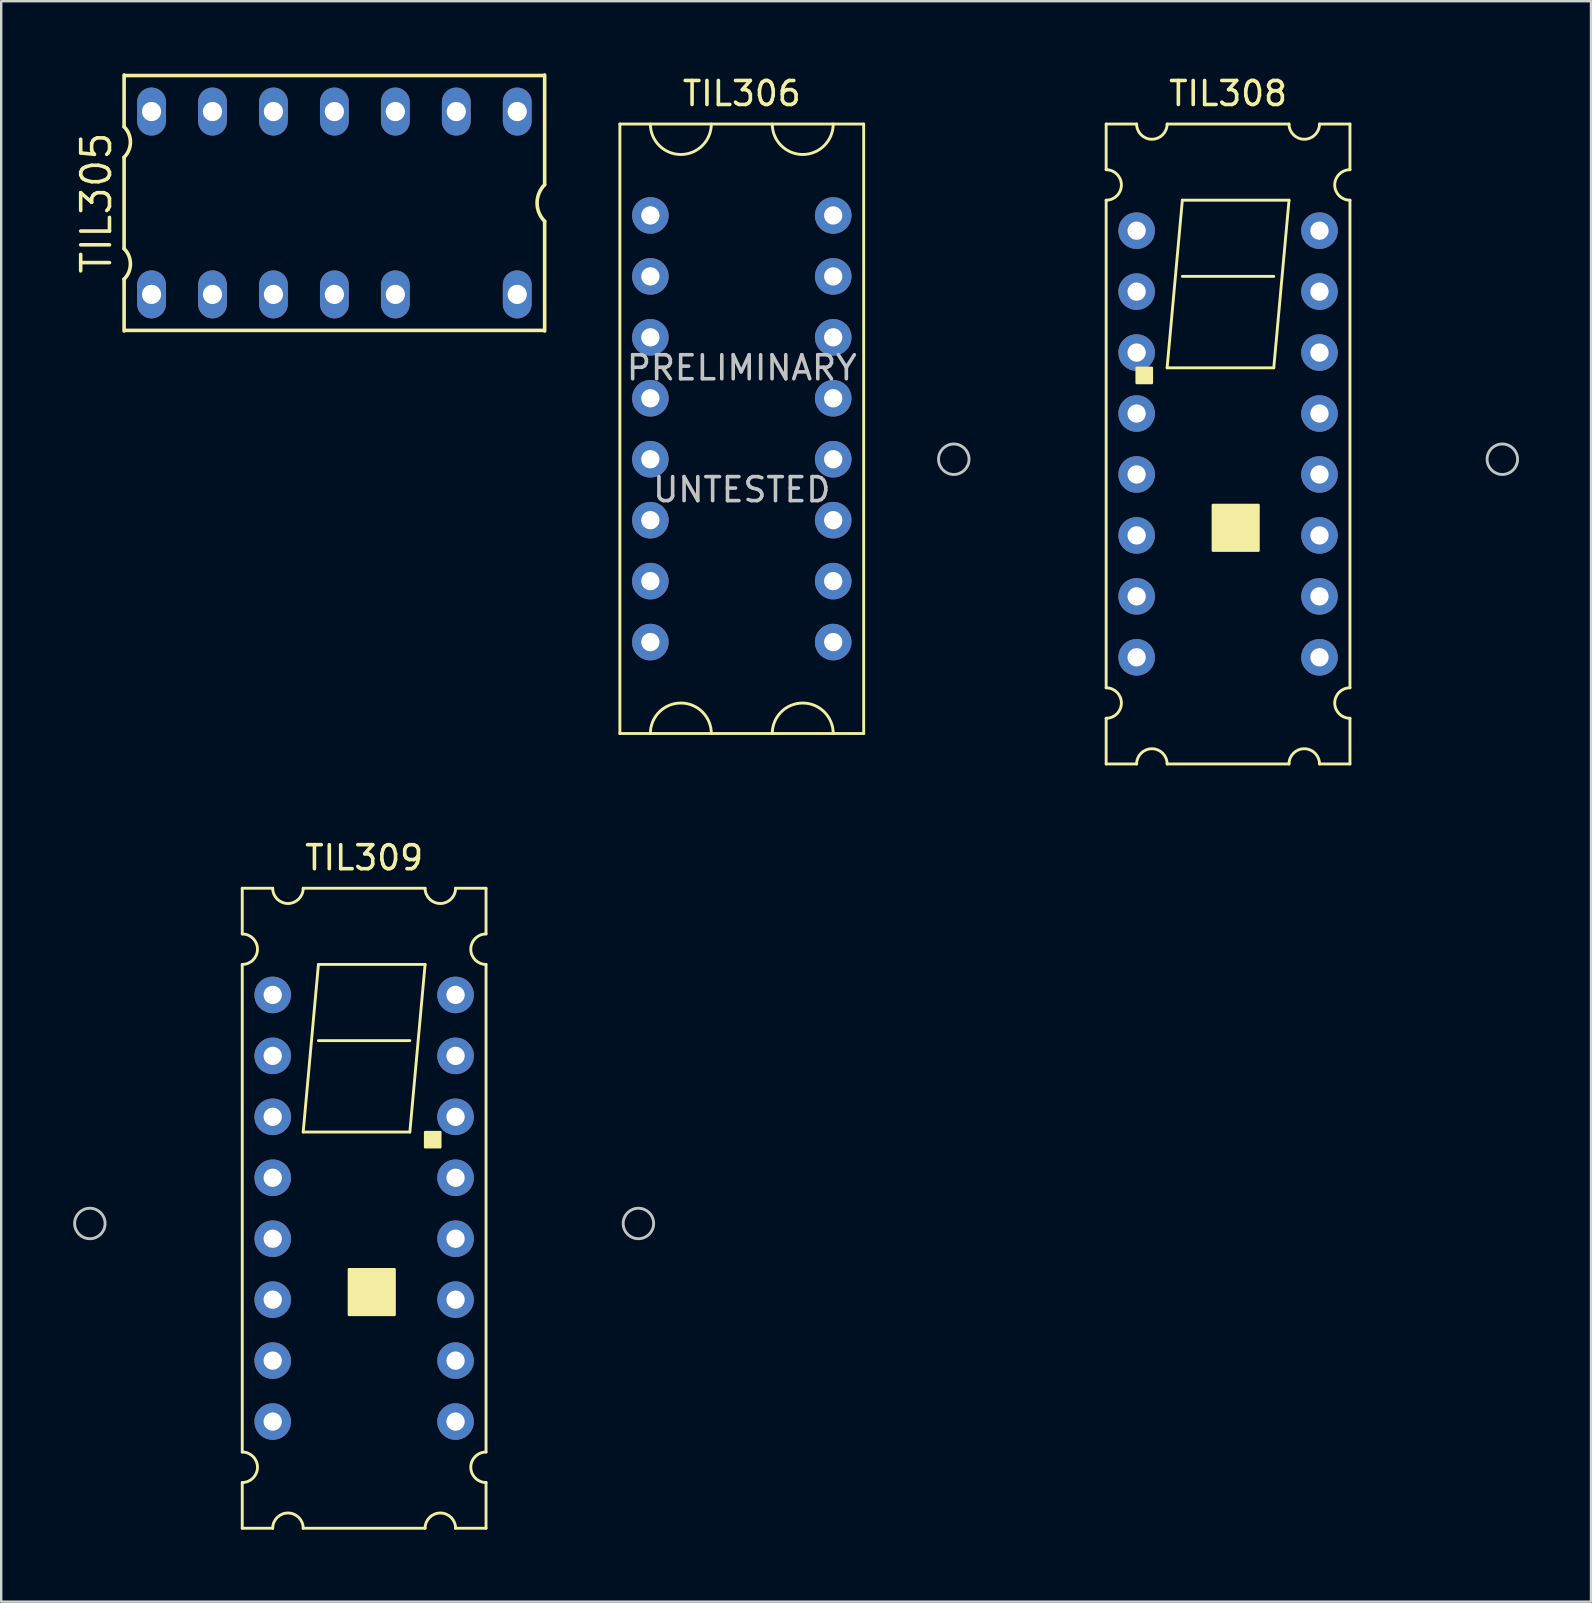
<source format=kicad_pcb>
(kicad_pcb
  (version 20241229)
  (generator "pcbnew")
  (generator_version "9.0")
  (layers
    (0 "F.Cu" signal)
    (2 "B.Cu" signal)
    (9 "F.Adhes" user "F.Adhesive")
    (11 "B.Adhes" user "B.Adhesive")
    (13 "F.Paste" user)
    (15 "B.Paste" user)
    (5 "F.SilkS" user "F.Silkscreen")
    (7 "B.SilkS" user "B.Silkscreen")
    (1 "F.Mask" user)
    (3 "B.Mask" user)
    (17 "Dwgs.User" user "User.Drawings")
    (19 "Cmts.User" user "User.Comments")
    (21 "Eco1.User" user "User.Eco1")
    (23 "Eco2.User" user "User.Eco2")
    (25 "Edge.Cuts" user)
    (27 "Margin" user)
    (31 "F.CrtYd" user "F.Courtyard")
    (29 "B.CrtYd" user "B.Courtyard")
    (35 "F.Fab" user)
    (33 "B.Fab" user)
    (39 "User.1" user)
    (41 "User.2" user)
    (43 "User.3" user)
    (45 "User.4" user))
  (footprint "TIL305"
    (layer "F.Cu")
    (at 10.885 5.409)
    (property "Reference" "TIL305" (at -9.92 0 90) (layer "F.SilkS") (effects (font (size 1.2 1.2) (thickness 0.15))))
    (attr through_hole)
    (fp_line (start -8.763 -5.334) (end -8.763 -3.175) (stroke (width 0.15) (type solid)) (layer "F.SilkS"))
    (fp_line (start -8.763 -1.905) (end -8.763 1.905) (stroke (width 0.15) (type solid)) (layer "F.SilkS"))
    (fp_line (start -8.763 3.175) (end -8.763 5.334) (stroke (width 0.15) (type solid)) (layer "F.SilkS"))
    (fp_line (start -8.72 5.31) (end 8.72 5.31) (stroke (width 0.15) (type solid)) (layer "F.SilkS"))
    (fp_line (start 8.72 -5.31) (end -8.72 -5.31) (stroke (width 0.15) (type solid)) (layer "F.SilkS"))
    (fp_line (start 8.763 -5.334) (end 8.763 -0.762) (stroke (width 0.15) (type solid)) (layer "F.SilkS"))
    (fp_line (start 8.763 0.762) (end 8.763 5.334) (stroke (width 0.15) (type solid)) (layer "F.SilkS"))
    (fp_arc (start -8.763 -3.175) (mid -8.499974 -2.54) (end -8.763 -1.905) (stroke (width 0.15) (type solid)) (layer "F.SilkS"))
    (fp_arc (start -8.763 1.905) (mid -8.499974 2.54) (end -8.763 3.175) (stroke (width 0.15) (type solid)) (layer "F.SilkS"))
    (fp_arc (start 8.763 0.762) (mid 8.447369 0) (end 8.763 -0.762) (stroke (width 0.15) (type solid)) (layer "F.SilkS"))
    (pad "1" thru_hole oval (at -7.62 3.81) (size 1.2 2) (drill 0.8) (layers "*.Cu" "*.Mask"))
    (pad "2" thru_hole oval (at -5.08 3.81) (size 1.2 2) (drill 0.8) (layers "*.Cu" "*.Mask"))
    (pad "3" thru_hole oval (at -2.54 3.81) (size 1.2 2) (drill 0.8) (layers "*.Cu" "*.Mask"))
    (pad "4" thru_hole oval (at 0 3.81) (size 1.2 2) (drill 0.8) (layers "*.Cu" "*.Mask"))
    (pad "5" thru_hole oval (at 2.54 3.81) (size 1.2 2) (drill 0.8) (layers "*.Cu" "*.Mask"))
    (pad "7" thru_hole oval (at 7.62 3.81) (size 1.2 2) (drill 0.8) (layers "*.Cu" "*.Mask"))
    (pad "8" thru_hole oval (at 7.62 -3.81) (size 1.2 2) (drill 0.8) (layers "*.Cu" "*.Mask"))
    (pad "9" thru_hole oval (at 5.08 -3.81) (size 1.2 2) (drill 0.8) (layers "*.Cu" "*.Mask"))
    (pad "10" thru_hole oval (at 2.54 -3.81) (size 1.2 2) (drill 0.8) (layers "*.Cu" "*.Mask"))
    (pad "11" thru_hole oval (at 0 -3.81) (size 1.2 2) (drill 0.8) (layers "*.Cu" "*.Mask"))
    (pad "12" thru_hole oval (at -2.54 -3.81) (size 1.2 2) (drill 0.8) (layers "*.Cu" "*.Mask"))
    (pad "13" thru_hole oval (at -5.08 -3.81) (size 1.2 2) (drill 0.8) (layers "*.Cu" "*.Mask"))
    (pad "14" thru_hole oval (at -7.62 -3.81) (size 1.2 2) (drill 0.8) (layers "*.Cu" "*.Mask")))
  (footprint "TIL308"
    (layer "F.Cu")
    (at 48.128 16.088)
    (property "Reference" "TIL308" (at 0 -15.24 0) (layer "F.SilkS") (effects (font (size 1 1) (thickness 0.15))))
    (attr through_hole)
    (fp_line (start -5.08 -13.97) (end -5.08 -12.065) (stroke (width 0.12) (type solid)) (layer "F.SilkS"))
    (fp_line (start -5.08 -10.795) (end -5.08 9.525) (stroke (width 0.12) (type solid)) (layer "F.SilkS"))
    (fp_line (start -5.08 10.795) (end -5.08 12.7) (stroke (width 0.12) (type solid)) (layer "F.SilkS"))
    (fp_line (start -5.08 12.7) (end -3.81 12.7) (stroke (width 0.12) (type solid)) (layer "F.SilkS"))
    (fp_line (start -3.81 -13.97) (end -5.08 -13.97) (stroke (width 0.12) (type solid)) (layer "F.SilkS"))
    (fp_line (start -2.54 -3.81) (end -1.905 -10.795) (stroke (width 0.12) (type solid)) (layer "F.SilkS"))
    (fp_line (start -2.54 12.7) (end 2.54 12.7) (stroke (width 0.12) (type solid)) (layer "F.SilkS"))
    (fp_line (start -1.905 -10.795) (end 2.54 -10.795) (stroke (width 0.12) (type solid)) (layer "F.SilkS"))
    (fp_line (start -1.905 -7.62) (end 1.905 -7.62) (stroke (width 0.12) (type solid)) (layer "F.SilkS"))
    (fp_line (start 1.905 -3.81) (end -2.54 -3.81) (stroke (width 0.12) (type solid)) (layer "F.SilkS"))
    (fp_line (start 2.54 -13.97) (end -2.54 -13.97) (stroke (width 0.12) (type solid)) (layer "F.SilkS"))
    (fp_line (start 2.54 -10.795) (end 1.905 -3.81) (stroke (width 0.12) (type solid)) (layer "F.SilkS"))
    (fp_line (start 3.81 12.7) (end 5.08 12.7) (stroke (width 0.12) (type solid)) (layer "F.SilkS"))
    (fp_line (start 5.08 -13.97) (end 3.81 -13.97) (stroke (width 0.12) (type solid)) (layer "F.SilkS"))
    (fp_line (start 5.08 -12.065) (end 5.08 -13.97) (stroke (width 0.12) (type solid)) (layer "F.SilkS"))
    (fp_line (start 5.08 9.525) (end 5.08 -10.795) (stroke (width 0.12) (type solid)) (layer "F.SilkS"))
    (fp_line (start 5.08 12.7) (end 5.08 10.795) (stroke (width 0.12) (type solid)) (layer "F.SilkS"))
    (fp_arc (start -5.08 -12.065) (mid -4.445 -11.43) (end -5.08 -10.795) (stroke (width 0.12) (type solid)) (layer "F.SilkS"))
    (fp_arc (start -5.08 9.525) (mid -4.445 10.16) (end -5.08 10.795) (stroke (width 0.12) (type solid)) (layer "F.SilkS"))
    (fp_arc (start -3.81 12.7) (mid -3.175 12.065) (end -2.54 12.7) (stroke (width 0.12) (type solid)) (layer "F.SilkS"))
    (fp_arc (start -2.54 -13.97) (mid -3.175 -13.335) (end -3.81 -13.97) (stroke (width 0.12) (type solid)) (layer "F.SilkS"))
    (fp_arc (start 2.54 12.7) (mid 3.175 12.065) (end 3.81 12.7) (stroke (width 0.12) (type solid)) (layer "F.SilkS"))
    (fp_arc (start 3.81 -13.97) (mid 3.175 -13.335) (end 2.54 -13.97) (stroke (width 0.12) (type solid)) (layer "F.SilkS"))
    (fp_arc (start 5.08 -10.795) (mid 4.445 -11.43) (end 5.08 -12.065) (stroke (width 0.12) (type solid)) (layer "F.SilkS"))
    (fp_arc (start 5.08 10.795) (mid 4.445 10.16) (end 5.08 9.525) (stroke (width 0.12) (type solid)) (layer "F.SilkS"))
    (fp_poly (pts (xy -3.175 -3.175) (xy -3.81 -3.175) (xy -3.81 -3.81) (xy -3.175 -3.81)) (stroke (width 0.1) (type solid)) (fill yes) (layer "F.SilkS"))
    (fp_poly (pts (xy 1.27 3.81) (xy -0.635 3.81) (xy -0.635 1.905) (xy 1.27 1.905)) (stroke (width 0.1) (type solid)) (fill yes) (layer "F.SilkS"))
    (fp_circle (center -11.43 0) (end -10.795 0) (stroke (width 0.12) (type solid)) (fill no) (layer "Dwgs.User"))
    (fp_circle (center 11.43 0) (end 12.065 0) (stroke (width 0.12) (type solid)) (fill no) (layer "Dwgs.User"))
    (pad "1" thru_hole circle (at -3.81 -9.525) (size 1.524 1.524) (drill 0.762) (layers "*.Cu" "*.Mask"))
    (pad "2" thru_hole circle (at -3.81 -6.985) (size 1.524 1.524) (drill 0.762) (layers "*.Cu" "*.Mask"))
    (pad "3" thru_hole circle (at -3.81 -4.445) (size 1.524 1.524) (drill 0.762) (layers "*.Cu" "*.Mask"))
    (pad "4" thru_hole circle (at -3.81 -1.905) (size 1.524 1.524) (drill 0.762) (layers "*.Cu" "*.Mask"))
    (pad "5" thru_hole circle (at -3.81 0.635) (size 1.524 1.524) (drill 0.762) (layers "*.Cu" "*.Mask"))
    (pad "6" thru_hole circle (at -3.81 3.175) (size 1.524 1.524) (drill 0.762) (layers "*.Cu" "*.Mask"))
    (pad "7" thru_hole circle (at -3.81 5.715) (size 1.524 1.524) (drill 0.762) (layers "*.Cu" "*.Mask"))
    (pad "8" thru_hole circle (at -3.81 8.255) (size 1.524 1.524) (drill 0.762) (layers "*.Cu" "*.Mask"))
    (pad "9" thru_hole circle (at 3.81 8.255) (size 1.524 1.524) (drill 0.762) (layers "*.Cu" "*.Mask"))
    (pad "10" thru_hole circle (at 3.81 5.715) (size 1.524 1.524) (drill 0.762) (layers "*.Cu" "*.Mask"))
    (pad "11" thru_hole circle (at 3.81 3.175) (size 1.524 1.524) (drill 0.762) (layers "*.Cu" "*.Mask"))
    (pad "12" thru_hole circle (at 3.81 0.635) (size 1.524 1.524) (drill 0.762) (layers "*.Cu" "*.Mask"))
    (pad "13" thru_hole circle (at 3.81 -1.905) (size 1.524 1.524) (drill 0.762) (layers "*.Cu" "*.Mask"))
    (pad "14" thru_hole circle (at 3.81 -4.445) (size 1.524 1.524) (drill 0.762) (layers "*.Cu" "*.Mask"))
    (pad "15" thru_hole circle (at 3.81 -6.985) (size 1.524 1.524) (drill 0.762) (layers "*.Cu" "*.Mask"))
    (pad "16" thru_hole circle (at 3.81 -9.525) (size 1.524 1.524) (drill 0.762) (layers "*.Cu" "*.Mask")))
  (footprint "TIL309"
    (layer "F.Cu")
    (at 12.125 47.937)
    (property "Reference" "TIL309" (at 0 -15.24 0) (layer "F.SilkS") (effects (font (size 1 1) (thickness 0.15))))
    (attr through_hole)
    (fp_line (start -5.08 -13.97) (end -5.08 -12.065) (stroke (width 0.12) (type solid)) (layer "F.SilkS"))
    (fp_line (start -5.08 -10.795) (end -5.08 9.525) (stroke (width 0.12) (type solid)) (layer "F.SilkS"))
    (fp_line (start -5.08 10.795) (end -5.08 12.7) (stroke (width 0.12) (type solid)) (layer "F.SilkS"))
    (fp_line (start -5.08 12.7) (end -3.81 12.7) (stroke (width 0.12) (type solid)) (layer "F.SilkS"))
    (fp_line (start -3.81 -13.97) (end -5.08 -13.97) (stroke (width 0.12) (type solid)) (layer "F.SilkS"))
    (fp_line (start -2.54 -3.81) (end -1.905 -10.795) (stroke (width 0.12) (type solid)) (layer "F.SilkS"))
    (fp_line (start -2.54 12.7) (end 2.54 12.7) (stroke (width 0.12) (type solid)) (layer "F.SilkS"))
    (fp_line (start -1.905 -10.795) (end 2.54 -10.795) (stroke (width 0.12) (type solid)) (layer "F.SilkS"))
    (fp_line (start -1.905 -7.62) (end 1.905 -7.62) (stroke (width 0.12) (type solid)) (layer "F.SilkS"))
    (fp_line (start 1.905 -3.81) (end -2.54 -3.81) (stroke (width 0.12) (type solid)) (layer "F.SilkS"))
    (fp_line (start 2.54 -13.97) (end -2.54 -13.97) (stroke (width 0.12) (type solid)) (layer "F.SilkS"))
    (fp_line (start 2.54 -10.795) (end 1.905 -3.81) (stroke (width 0.12) (type solid)) (layer "F.SilkS"))
    (fp_line (start 3.81 12.7) (end 5.08 12.7) (stroke (width 0.12) (type solid)) (layer "F.SilkS"))
    (fp_line (start 5.08 -13.97) (end 3.81 -13.97) (stroke (width 0.12) (type solid)) (layer "F.SilkS"))
    (fp_line (start 5.08 -12.065) (end 5.08 -13.97) (stroke (width 0.12) (type solid)) (layer "F.SilkS"))
    (fp_line (start 5.08 9.525) (end 5.08 -10.795) (stroke (width 0.12) (type solid)) (layer "F.SilkS"))
    (fp_line (start 5.08 12.7) (end 5.08 10.795) (stroke (width 0.12) (type solid)) (layer "F.SilkS"))
    (fp_arc (start -5.08 -12.065) (mid -4.445 -11.43) (end -5.08 -10.795) (stroke (width 0.12) (type solid)) (layer "F.SilkS"))
    (fp_arc (start -5.08 9.525) (mid -4.445 10.16) (end -5.08 10.795) (stroke (width 0.12) (type solid)) (layer "F.SilkS"))
    (fp_arc (start -3.81 12.7) (mid -3.175 12.065) (end -2.54 12.7) (stroke (width 0.12) (type solid)) (layer "F.SilkS"))
    (fp_arc (start -2.54 -13.97) (mid -3.175 -13.335) (end -3.81 -13.97) (stroke (width 0.12) (type solid)) (layer "F.SilkS"))
    (fp_arc (start 2.54 12.7) (mid 3.175 12.065) (end 3.81 12.7) (stroke (width 0.12) (type solid)) (layer "F.SilkS"))
    (fp_arc (start 3.81 -13.97) (mid 3.175 -13.335) (end 2.54 -13.97) (stroke (width 0.12) (type solid)) (layer "F.SilkS"))
    (fp_arc (start 5.08 -10.795) (mid 4.445 -11.43) (end 5.08 -12.065) (stroke (width 0.12) (type solid)) (layer "F.SilkS"))
    (fp_arc (start 5.08 10.795) (mid 4.445 10.16) (end 5.08 9.525) (stroke (width 0.12) (type solid)) (layer "F.SilkS"))
    (fp_poly (pts (xy 1.27 3.81) (xy -0.635 3.81) (xy -0.635 1.905) (xy 1.27 1.905)) (stroke (width 0.1) (type solid)) (fill yes) (layer "F.SilkS"))
    (fp_poly (pts (xy 3.175 -3.175) (xy 2.54 -3.175) (xy 2.54 -3.81) (xy 3.175 -3.81)) (stroke (width 0.1) (type solid)) (fill yes) (layer "F.SilkS"))
    (fp_circle (center -11.43 0) (end -10.795 0) (stroke (width 0.12) (type solid)) (fill no) (layer "Dwgs.User"))
    (fp_circle (center 11.43 0) (end 12.065 0) (stroke (width 0.12) (type solid)) (fill no) (layer "Dwgs.User"))
    (pad "1" thru_hole circle (at -3.81 -9.525) (size 1.524 1.524) (drill 0.762) (layers "*.Cu" "*.Mask"))
    (pad "2" thru_hole circle (at -3.81 -6.985) (size 1.524 1.524) (drill 0.762) (layers "*.Cu" "*.Mask"))
    (pad "3" thru_hole circle (at -3.81 -4.445) (size 1.524 1.524) (drill 0.762) (layers "*.Cu" "*.Mask"))
    (pad "4" thru_hole circle (at -3.81 -1.905) (size 1.524 1.524) (drill 0.762) (layers "*.Cu" "*.Mask"))
    (pad "5" thru_hole circle (at -3.81 0.635) (size 1.524 1.524) (drill 0.762) (layers "*.Cu" "*.Mask"))
    (pad "6" thru_hole circle (at -3.81 3.175) (size 1.524 1.524) (drill 0.762) (layers "*.Cu" "*.Mask"))
    (pad "7" thru_hole circle (at -3.81 5.715) (size 1.524 1.524) (drill 0.762) (layers "*.Cu" "*.Mask"))
    (pad "8" thru_hole circle (at -3.81 8.255) (size 1.524 1.524) (drill 0.762) (layers "*.Cu" "*.Mask"))
    (pad "9" thru_hole circle (at 3.81 8.255) (size 1.524 1.524) (drill 0.762) (layers "*.Cu" "*.Mask"))
    (pad "10" thru_hole circle (at 3.81 5.715) (size 1.524 1.524) (drill 0.762) (layers "*.Cu" "*.Mask"))
    (pad "11" thru_hole circle (at 3.81 3.175) (size 1.524 1.524) (drill 0.762) (layers "*.Cu" "*.Mask"))
    (pad "12" thru_hole circle (at 3.81 0.635) (size 1.524 1.524) (drill 0.762) (layers "*.Cu" "*.Mask"))
    (pad "13" thru_hole circle (at 3.81 -1.905) (size 1.524 1.524) (drill 0.762) (layers "*.Cu" "*.Mask"))
    (pad "14" thru_hole circle (at 3.81 -4.445) (size 1.524 1.524) (drill 0.762) (layers "*.Cu" "*.Mask"))
    (pad "15" thru_hole circle (at 3.81 -6.985) (size 1.524 1.524) (drill 0.762) (layers "*.Cu" "*.Mask"))
    (pad "16" thru_hole circle (at 3.81 -9.525) (size 1.524 1.524) (drill 0.762) (layers "*.Cu" "*.Mask")))
  (footprint "TIL306"
    (layer "F.Cu")
    (at 27.863 12.278)
    (property "Reference" "TIL306" (at 0 -11.43 0) (layer "F.SilkS") (effects (font (size 1 1) (thickness 0.15))))
    (attr through_hole)
    (fp_line (start -5.08 -10.16) (end 5.08 -10.16) (stroke (width 0.12) (type solid)) (layer "F.SilkS"))
    (fp_line (start -5.08 15.24) (end -5.08 -10.16) (stroke (width 0.12) (type solid)) (layer "F.SilkS"))
    (fp_line (start 5.08 -10.16) (end 5.08 15.24) (stroke (width 0.12) (type solid)) (layer "F.SilkS"))
    (fp_line (start 5.08 15.24) (end -5.08 15.24) (stroke (width 0.12) (type solid)) (layer "F.SilkS"))
    (fp_arc (start -3.81 15.24) (mid -2.54 13.97) (end -1.27 15.24) (stroke (width 0.12) (type solid)) (layer "F.SilkS"))
    (fp_arc (start -1.27 -10.16) (mid -2.54 -8.89) (end -3.81 -10.16) (stroke (width 0.12) (type solid)) (layer "F.SilkS"))
    (fp_arc (start 1.27 15.24) (mid 2.54 13.97) (end 3.81 15.24) (stroke (width 0.12) (type solid)) (layer "F.SilkS"))
    (fp_arc (start 3.81 -10.16) (mid 2.54 -8.89) (end 1.27 -10.16) (stroke (width 0.12) (type solid)) (layer "F.SilkS"))
    (fp_text user "UNTESTED" (at 0 5.08 0) (layer "Dwgs.User") (effects (font (size 1 1) (thickness 0.15))))
    (fp_text user "PRELIMINARY" (at 0 0 0) (layer "Dwgs.User") (effects (font (size 1 1) (thickness 0.15))))
    (pad "1" thru_hole circle (at -3.81 -6.35) (size 1.524 1.524) (drill 0.762) (layers "*.Cu" "*.Mask"))
    (pad "2" thru_hole circle (at -3.81 -3.81) (size 1.524 1.524) (drill 0.762) (layers "*.Cu" "*.Mask"))
    (pad "3" thru_hole circle (at -3.81 -1.27) (size 1.524 1.524) (drill 0.762) (layers "*.Cu" "*.Mask"))
    (pad "4" thru_hole circle (at -3.81 1.27) (size 1.524 1.524) (drill 0.762) (layers "*.Cu" "*.Mask"))
    (pad "5" thru_hole circle (at -3.81 3.81) (size 1.524 1.524) (drill 0.762) (layers "*.Cu" "*.Mask"))
    (pad "6" thru_hole circle (at -3.81 6.35) (size 1.524 1.524) (drill 0.762) (layers "*.Cu" "*.Mask"))
    (pad "7" thru_hole circle (at -3.81 8.89) (size 1.524 1.524) (drill 0.762) (layers "*.Cu" "*.Mask"))
    (pad "8" thru_hole circle (at -3.81 11.43) (size 1.524 1.524) (drill 0.762) (layers "*.Cu" "*.Mask"))
    (pad "9" thru_hole circle (at 3.81 11.43) (size 1.524 1.524) (drill 0.762) (layers "*.Cu" "*.Mask"))
    (pad "10" thru_hole circle (at 3.81 8.89) (size 1.524 1.524) (drill 0.762) (layers "*.Cu" "*.Mask"))
    (pad "11" thru_hole circle (at 3.81 6.35) (size 1.524 1.524) (drill 0.762) (layers "*.Cu" "*.Mask"))
    (pad "12" thru_hole circle (at 3.81 3.81) (size 1.524 1.524) (drill 0.762) (layers "*.Cu" "*.Mask"))
    (pad "13" thru_hole circle (at 3.81 1.27) (size 1.524 1.524) (drill 0.762) (layers "*.Cu" "*.Mask"))
    (pad "14" thru_hole circle (at 3.81 -1.27) (size 1.524 1.524) (drill 0.762) (layers "*.Cu" "*.Mask"))
    (pad "15" thru_hole circle (at 3.81 -3.81) (size 1.524 1.524) (drill 0.762) (layers "*.Cu" "*.Mask"))
    (pad "16" thru_hole circle (at 3.81 -6.35) (size 1.524 1.524) (drill 0.762) (layers "*.Cu" "*.Mask")))
  (gr_rect
    (start -3 -3)
    (end 63.253 63.697)
    (stroke (width 0.1) (type default))
    (fill no)
    (layer "Edge.Cuts")))
</source>
